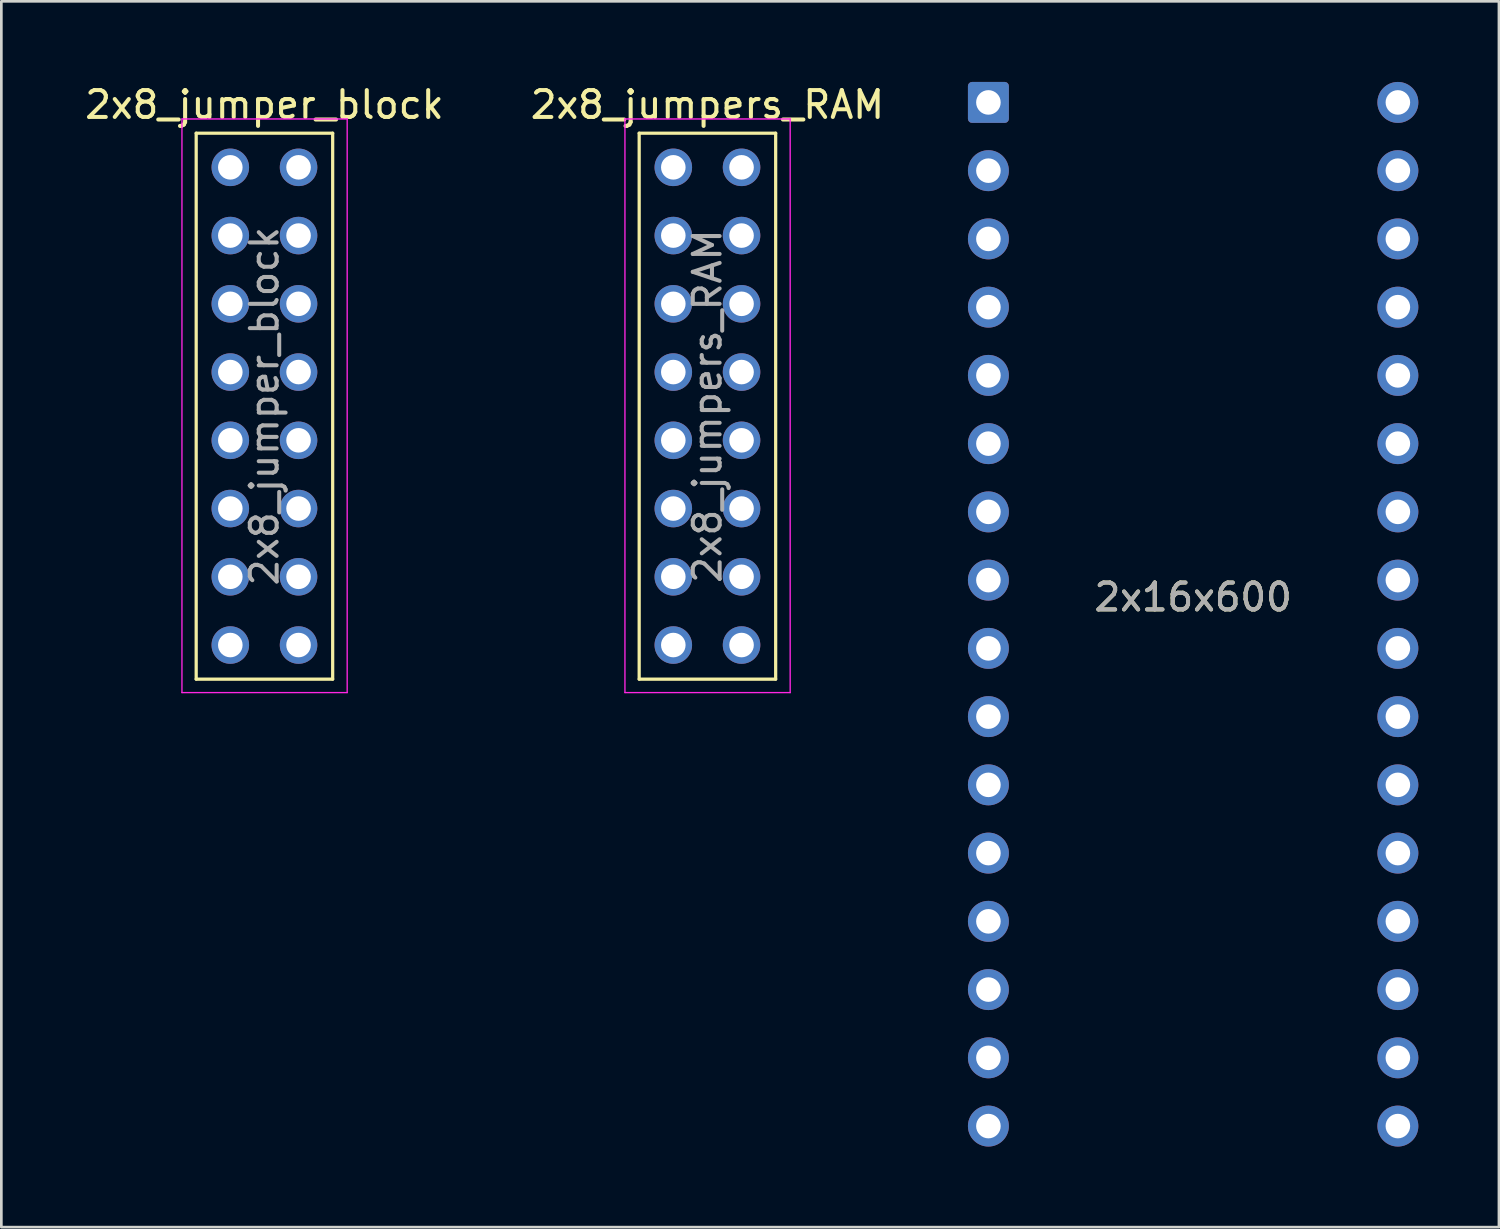
<source format=kicad_pcb>
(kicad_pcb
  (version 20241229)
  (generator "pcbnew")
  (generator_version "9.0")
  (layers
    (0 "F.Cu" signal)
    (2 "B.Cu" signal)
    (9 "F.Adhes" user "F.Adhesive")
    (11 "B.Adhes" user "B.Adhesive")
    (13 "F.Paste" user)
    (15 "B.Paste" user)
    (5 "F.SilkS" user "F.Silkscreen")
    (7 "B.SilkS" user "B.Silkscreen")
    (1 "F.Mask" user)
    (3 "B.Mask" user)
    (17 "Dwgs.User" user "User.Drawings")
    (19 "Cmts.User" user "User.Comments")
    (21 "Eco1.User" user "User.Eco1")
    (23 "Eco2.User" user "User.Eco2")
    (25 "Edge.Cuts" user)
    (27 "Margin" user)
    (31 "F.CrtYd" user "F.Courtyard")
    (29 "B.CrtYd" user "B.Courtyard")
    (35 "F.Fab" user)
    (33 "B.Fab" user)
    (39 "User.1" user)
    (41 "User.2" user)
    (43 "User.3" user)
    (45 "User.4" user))
  (footprint "2x8_jumpers_RAM"
    (layer "F.Cu")
    (at 22.01 3.178)
    (property "Reference" "2x8_jumpers_RAM" (at 1.27 -2.33 0) (layer "F.SilkS") (effects (font (size 1 1) (thickness 0.15))))
    (attr through_hole)
    (fp_line (start -1.27 -1.27) (end 3.81 -1.27) (stroke (width 0.12) (type solid)) (layer "F.SilkS"))
    (fp_line (start -1.27 19.05) (end -1.27 -1.27) (stroke (width 0.12) (type solid)) (layer "F.SilkS"))
    (fp_line (start 3.81 -1.27) (end 3.81 19.05) (stroke (width 0.12) (type solid)) (layer "F.SilkS"))
    (fp_line (start 3.81 19.05) (end -1.27 19.05) (stroke (width 0.12) (type solid)) (layer "F.SilkS"))
    (fp_line (start -1.8 -1.8) (end -1.8 19.55) (stroke (width 0.05) (type solid)) (layer "F.CrtYd"))
    (fp_line (start -1.8 19.55) (end 4.35 19.55) (stroke (width 0.05) (type solid)) (layer "F.CrtYd"))
    (fp_line (start 4.35 -1.8) (end -1.8 -1.8) (stroke (width 0.05) (type solid)) (layer "F.CrtYd"))
    (fp_line (start 4.35 19.55) (end 4.35 -1.8) (stroke (width 0.05) (type solid)) (layer "F.CrtYd"))
    (fp_text user "${REFERENCE}" (at 1.27 8.89 90) (layer "F.Fab") (effects (font (size 1 1) (thickness 0.15))))
    (pad "1" thru_hole circle (at 0 0) (size 1.397 1.397) (drill 0.914) (layers "*.Cu" "*.Mask"))
    (pad "2" thru_hole circle (at 2.54 0) (size 1.397 1.397) (drill 0.914) (layers "*.Cu" "*.Mask"))
    (pad "3" thru_hole circle (at 0 2.54) (size 1.397 1.397) (drill 0.914) (layers "*.Cu" "*.Mask"))
    (pad "4" thru_hole circle (at 2.54 2.54) (size 1.397 1.397) (drill 0.914) (layers "*.Cu" "*.Mask"))
    (pad "5" thru_hole circle (at 0 5.08) (size 1.397 1.397) (drill 0.914) (layers "*.Cu" "*.Mask"))
    (pad "6" thru_hole circle (at 2.54 5.08) (size 1.397 1.397) (drill 0.914) (layers "*.Cu" "*.Mask"))
    (pad "7" thru_hole circle (at 0 7.62) (size 1.397 1.397) (drill 0.914) (layers "*.Cu" "*.Mask"))
    (pad "8" thru_hole circle (at 2.54 7.62) (size 1.397 1.397) (drill 0.914) (layers "*.Cu" "*.Mask"))
    (pad "9" thru_hole circle (at 0 10.16) (size 1.397 1.397) (drill 0.914) (layers "*.Cu" "*.Mask"))
    (pad "10" thru_hole circle (at 2.54 10.16) (size 1.397 1.397) (drill 0.914) (layers "*.Cu" "*.Mask"))
    (pad "11" thru_hole circle (at 0 12.7) (size 1.397 1.397) (drill 0.914) (layers "*.Cu" "*.Mask"))
    (pad "12" thru_hole circle (at 2.54 12.7) (size 1.397 1.397) (drill 0.914) (layers "*.Cu" "*.Mask"))
    (pad "13" thru_hole circle (at 0 15.24) (size 1.397 1.397) (drill 0.914) (layers "*.Cu" "*.Mask"))
    (pad "14" thru_hole circle (at 2.54 15.24) (size 1.397 1.397) (drill 0.914) (layers "*.Cu" "*.Mask"))
    (pad "15" thru_hole circle (at 0 17.78) (size 1.397 1.397) (drill 0.914) (layers "*.Cu" "*.Mask"))
    (pad "16" thru_hole circle (at 2.54 17.78) (size 1.397 1.397) (drill 0.914) (layers "*.Cu" "*.Mask")))
  (footprint "2x16x600"
    (layer "F.Cu")
    (at 41.358 19.812)
    (property "Reference" "2x16x600" (at 0 -0.635 0) (layer "F.SilkS") (effects (font (size 1 1) (thickness 0.15))))
    (attr through_hole)
    (fp_text user "${REFERENCE}" (at 0 -0.635 0) (layer "F.Fab") (effects (font (size 1 1) (thickness 0.15))))
    (pad "1" thru_hole roundrect (at -7.62 -19.05) (size 1.524 1.524) (drill 0.914) (layers "*.Cu" "*.Mask") (roundrect_rratio 0.1))
    (pad "2" thru_hole circle (at -7.62 -16.51) (size 1.524 1.524) (drill 0.914) (layers "*.Cu" "*.Mask"))
    (pad "3" thru_hole circle (at -7.62 -13.97) (size 1.524 1.524) (drill 0.914) (layers "*.Cu" "*.Mask"))
    (pad "4" thru_hole circle (at -7.62 -11.43) (size 1.524 1.524) (drill 0.914) (layers "*.Cu" "*.Mask"))
    (pad "5" thru_hole circle (at -7.62 -8.89) (size 1.524 1.524) (drill 0.914) (layers "*.Cu" "*.Mask"))
    (pad "6" thru_hole circle (at -7.62 -6.35) (size 1.524 1.524) (drill 0.914) (layers "*.Cu" "*.Mask"))
    (pad "7" thru_hole circle (at -7.62 -3.81) (size 1.524 1.524) (drill 0.914) (layers "*.Cu" "*.Mask"))
    (pad "8" thru_hole circle (at -7.62 -1.27) (size 1.524 1.524) (drill 0.914) (layers "*.Cu" "*.Mask"))
    (pad "9" thru_hole circle (at -7.62 1.27) (size 1.524 1.524) (drill 0.914) (layers "*.Cu" "*.Mask"))
    (pad "10" thru_hole circle (at -7.62 3.81) (size 1.524 1.524) (drill 0.914) (layers "*.Cu" "*.Mask"))
    (pad "11" thru_hole circle (at -7.62 6.35) (size 1.524 1.524) (drill 0.914) (layers "*.Cu" "*.Mask"))
    (pad "12" thru_hole circle (at -7.62 8.89) (size 1.524 1.524) (drill 0.914) (layers "*.Cu" "*.Mask"))
    (pad "13" thru_hole circle (at -7.62 11.43) (size 1.524 1.524) (drill 0.914) (layers "*.Cu" "*.Mask"))
    (pad "14" thru_hole circle (at -7.62 13.97) (size 1.524 1.524) (drill 0.914) (layers "*.Cu" "*.Mask"))
    (pad "15" thru_hole circle (at -7.62 16.51) (size 1.524 1.524) (drill 0.914) (layers "*.Cu" "*.Mask"))
    (pad "16" thru_hole circle (at -7.62 19.05) (size 1.524 1.524) (drill 0.914) (layers "*.Cu" "*.Mask"))
    (pad "17" thru_hole circle (at 7.62 19.05) (size 1.524 1.524) (drill 0.914) (layers "*.Cu" "*.Mask"))
    (pad "18" thru_hole circle (at 7.62 16.51) (size 1.524 1.524) (drill 0.914) (layers "*.Cu" "*.Mask"))
    (pad "19" thru_hole circle (at 7.62 13.97) (size 1.524 1.524) (drill 0.914) (layers "*.Cu" "*.Mask"))
    (pad "20" thru_hole circle (at 7.62 11.43) (size 1.524 1.524) (drill 0.914) (layers "*.Cu" "*.Mask"))
    (pad "21" thru_hole circle (at 7.62 8.89) (size 1.524 1.524) (drill 0.914) (layers "*.Cu" "*.Mask"))
    (pad "22" thru_hole circle (at 7.62 6.35) (size 1.524 1.524) (drill 0.914) (layers "*.Cu" "*.Mask"))
    (pad "23" thru_hole circle (at 7.62 3.81) (size 1.524 1.524) (drill 0.914) (layers "*.Cu" "*.Mask"))
    (pad "24" thru_hole circle (at 7.62 1.27) (size 1.524 1.524) (drill 0.914) (layers "*.Cu" "*.Mask"))
    (pad "25" thru_hole circle (at 7.62 -1.27) (size 1.524 1.524) (drill 0.914) (layers "*.Cu" "*.Mask"))
    (pad "26" thru_hole circle (at 7.62 -3.81) (size 1.524 1.524) (drill 0.914) (layers "*.Cu" "*.Mask"))
    (pad "27" thru_hole circle (at 7.62 -6.35) (size 1.524 1.524) (drill 0.914) (layers "*.Cu" "*.Mask"))
    (pad "28" thru_hole circle (at 7.62 -8.89) (size 1.524 1.524) (drill 0.914) (layers "*.Cu" "*.Mask"))
    (pad "29" thru_hole circle (at 7.62 -11.43) (size 1.524 1.524) (drill 0.914) (layers "*.Cu" "*.Mask"))
    (pad "30" thru_hole circle (at 7.62 -13.97) (size 1.524 1.524) (drill 0.914) (layers "*.Cu" "*.Mask"))
    (pad "31" thru_hole circle (at 7.62 -16.51) (size 1.524 1.524) (drill 0.914) (layers "*.Cu" "*.Mask"))
    (pad "32" thru_hole circle (at 7.62 -19.05) (size 1.524 1.524) (drill 0.914) (layers "*.Cu" "*.Mask")))
  (footprint "2x8_jumper_block"
    (layer "F.Cu")
    (at 5.522 3.178)
    (property "Reference" "2x8_jumper_block" (at 1.27 -2.33 0) (layer "F.SilkS") (effects (font (size 1 1) (thickness 0.15))))
    (attr through_hole)
    (fp_line (start -1.27 -1.27) (end 3.81 -1.27) (stroke (width 0.12) (type solid)) (layer "F.SilkS"))
    (fp_line (start -1.27 19.05) (end -1.27 -1.27) (stroke (width 0.12) (type solid)) (layer "F.SilkS"))
    (fp_line (start 3.81 -1.27) (end 3.81 19.05) (stroke (width 0.12) (type solid)) (layer "F.SilkS"))
    (fp_line (start 3.81 19.05) (end -1.27 19.05) (stroke (width 0.12) (type solid)) (layer "F.SilkS"))
    (fp_line (start -1.8 -1.8) (end -1.8 19.55) (stroke (width 0.05) (type solid)) (layer "F.CrtYd"))
    (fp_line (start -1.8 19.55) (end 4.35 19.55) (stroke (width 0.05) (type solid)) (layer "F.CrtYd"))
    (fp_line (start 4.35 -1.8) (end -1.8 -1.8) (stroke (width 0.05) (type solid)) (layer "F.CrtYd"))
    (fp_line (start 4.35 19.55) (end 4.35 -1.8) (stroke (width 0.05) (type solid)) (layer "F.CrtYd"))
    (fp_text user "${REFERENCE}" (at 1.27 8.89 90) (layer "F.Fab") (effects (font (size 1 1) (thickness 0.15))))
    (pad "1" thru_hole circle (at 0 0) (size 1.397 1.397) (drill 0.914) (layers "*.Cu" "*.Mask"))
    (pad "2" thru_hole circle (at 2.54 0) (size 1.397 1.397) (drill 0.914) (layers "*.Cu" "*.Mask"))
    (pad "3" thru_hole circle (at 0 2.54) (size 1.397 1.397) (drill 0.914) (layers "*.Cu" "*.Mask"))
    (pad "4" thru_hole circle (at 2.54 2.54) (size 1.397 1.397) (drill 0.914) (layers "*.Cu" "*.Mask"))
    (pad "5" thru_hole circle (at 0 5.08) (size 1.397 1.397) (drill 0.914) (layers "*.Cu" "*.Mask"))
    (pad "6" thru_hole circle (at 2.54 5.08) (size 1.397 1.397) (drill 0.914) (layers "*.Cu" "*.Mask"))
    (pad "7" thru_hole circle (at 0 7.62) (size 1.397 1.397) (drill 0.914) (layers "*.Cu" "*.Mask"))
    (pad "8" thru_hole circle (at 2.54 7.62) (size 1.397 1.397) (drill 0.914) (layers "*.Cu" "*.Mask"))
    (pad "9" thru_hole circle (at 0 10.16) (size 1.397 1.397) (drill 0.914) (layers "*.Cu" "*.Mask"))
    (pad "10" thru_hole circle (at 2.54 10.16) (size 1.397 1.397) (drill 0.914) (layers "*.Cu" "*.Mask"))
    (pad "11" thru_hole circle (at 0 12.7) (size 1.397 1.397) (drill 0.914) (layers "*.Cu" "*.Mask"))
    (pad "12" thru_hole circle (at 2.54 12.7) (size 1.397 1.397) (drill 0.914) (layers "*.Cu" "*.Mask"))
    (pad "13" thru_hole circle (at 0 15.24) (size 1.397 1.397) (drill 0.914) (layers "*.Cu" "*.Mask"))
    (pad "14" thru_hole circle (at 2.54 15.24) (size 1.397 1.397) (drill 0.914) (layers "*.Cu" "*.Mask"))
    (pad "15" thru_hole circle (at 0 17.78) (size 1.397 1.397) (drill 0.914) (layers "*.Cu" "*.Mask"))
    (pad "16" thru_hole circle (at 2.54 17.78) (size 1.397 1.397) (drill 0.914) (layers "*.Cu" "*.Mask")))
  (gr_rect
    (start -3 -3)
    (end 52.74 42.624)
    (stroke (width 0.1) (type default))
    (fill no)
    (layer "Edge.Cuts")))
</source>
